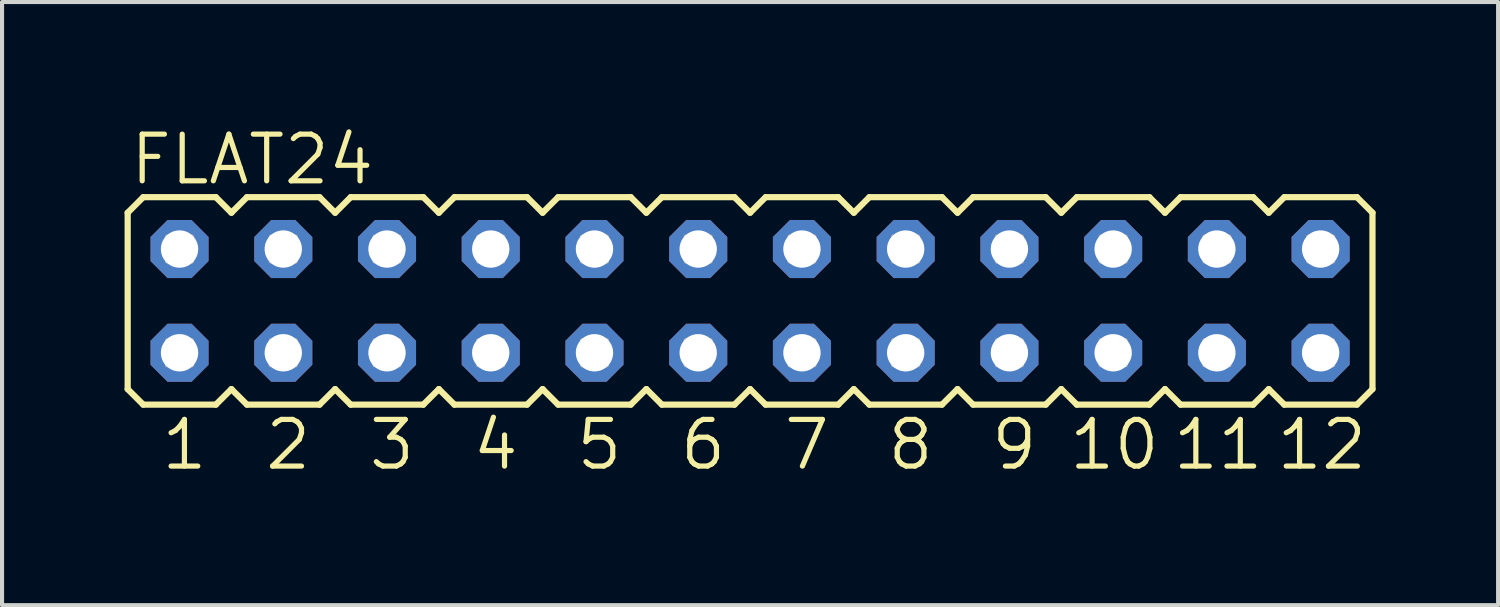
<source format=kicad_pcb>
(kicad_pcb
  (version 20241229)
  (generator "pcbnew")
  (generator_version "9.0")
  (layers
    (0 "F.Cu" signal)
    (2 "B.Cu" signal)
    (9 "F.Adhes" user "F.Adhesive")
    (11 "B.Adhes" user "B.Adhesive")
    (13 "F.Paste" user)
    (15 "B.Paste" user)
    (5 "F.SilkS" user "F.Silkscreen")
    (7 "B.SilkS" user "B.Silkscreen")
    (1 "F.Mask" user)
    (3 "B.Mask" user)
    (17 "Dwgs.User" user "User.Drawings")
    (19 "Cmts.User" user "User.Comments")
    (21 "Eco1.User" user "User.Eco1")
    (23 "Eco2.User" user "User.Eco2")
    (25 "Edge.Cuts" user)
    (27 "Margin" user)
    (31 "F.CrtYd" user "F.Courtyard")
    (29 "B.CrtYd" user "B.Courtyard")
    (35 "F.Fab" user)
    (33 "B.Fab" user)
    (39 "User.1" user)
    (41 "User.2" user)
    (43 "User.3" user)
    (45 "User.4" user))
  (footprint "FLAT24"
    (layer "F.Cu")
    (at 15.316 4.318)
    (property "Reference" "FLAT24" (at -15.24 -2.794 0) (unlocked yes) (layer "F.SilkS") (effects (font (size 1.143 1.143) (thickness 0.127)) (justify left bottom)))
    (fp_line (start -15.24 -2.159) (end -14.859 -2.54) (stroke (width 0.152) (type solid)) (layer "F.SilkS"))
    (fp_line (start -15.24 2.159) (end -15.24 -2.159) (stroke (width 0.152) (type solid)) (layer "F.SilkS"))
    (fp_line (start -15.24 2.159) (end -14.859 2.54) (stroke (width 0.152) (type solid)) (layer "F.SilkS"))
    (fp_line (start -14.859 -2.54) (end -13.081 -2.54) (stroke (width 0.152) (type solid)) (layer "F.SilkS"))
    (fp_line (start -14.859 2.54) (end -13.081 2.54) (stroke (width 0.152) (type solid)) (layer "F.SilkS"))
    (fp_line (start -13.081 -2.54) (end -12.7 -2.159) (stroke (width 0.152) (type solid)) (layer "F.SilkS"))
    (fp_line (start -12.7 -2.159) (end -12.319 -2.54) (stroke (width 0.152) (type solid)) (layer "F.SilkS"))
    (fp_line (start -12.7 2.159) (end -13.081 2.54) (stroke (width 0.152) (type solid)) (layer "F.SilkS"))
    (fp_line (start -12.7 2.159) (end -12.319 2.54) (stroke (width 0.152) (type solid)) (layer "F.SilkS"))
    (fp_line (start -12.319 -2.54) (end -10.541 -2.54) (stroke (width 0.152) (type solid)) (layer "F.SilkS"))
    (fp_line (start -10.541 2.54) (end -12.319 2.54) (stroke (width 0.152) (type solid)) (layer "F.SilkS"))
    (fp_line (start -10.16 -2.159) (end -10.541 -2.54) (stroke (width 0.152) (type solid)) (layer "F.SilkS"))
    (fp_line (start -10.16 -2.159) (end -9.779 -2.54) (stroke (width 0.152) (type solid)) (layer "F.SilkS"))
    (fp_line (start -10.16 2.159) (end -10.541 2.54) (stroke (width 0.152) (type solid)) (layer "F.SilkS"))
    (fp_line (start -10.16 2.159) (end -9.779 2.54) (stroke (width 0.152) (type solid)) (layer "F.SilkS"))
    (fp_line (start -9.779 -2.54) (end -8.001 -2.54) (stroke (width 0.152) (type solid)) (layer "F.SilkS"))
    (fp_line (start -8.001 2.54) (end -9.779 2.54) (stroke (width 0.152) (type solid)) (layer "F.SilkS"))
    (fp_line (start -8.001 2.54) (end -7.62 2.159) (stroke (width 0.152) (type solid)) (layer "F.SilkS"))
    (fp_line (start -7.62 -2.159) (end -8.001 -2.54) (stroke (width 0.152) (type solid)) (layer "F.SilkS"))
    (fp_line (start -7.62 -2.159) (end -7.239 -2.54) (stroke (width 0.152) (type solid)) (layer "F.SilkS"))
    (fp_line (start -7.62 2.159) (end -7.239 2.54) (stroke (width 0.152) (type solid)) (layer "F.SilkS"))
    (fp_line (start -7.239 -2.54) (end -5.461 -2.54) (stroke (width 0.152) (type solid)) (layer "F.SilkS"))
    (fp_line (start -5.461 2.54) (end -7.239 2.54) (stroke (width 0.152) (type solid)) (layer "F.SilkS"))
    (fp_line (start -5.461 2.54) (end -5.08 2.159) (stroke (width 0.152) (type solid)) (layer "F.SilkS"))
    (fp_line (start -5.08 -2.159) (end -5.461 -2.54) (stroke (width 0.152) (type solid)) (layer "F.SilkS"))
    (fp_line (start -5.08 -2.159) (end -4.699 -2.54) (stroke (width 0.152) (type solid)) (layer "F.SilkS"))
    (fp_line (start -5.08 2.159) (end -4.699 2.54) (stroke (width 0.152) (type solid)) (layer "F.SilkS"))
    (fp_line (start -4.699 -2.54) (end -2.921 -2.54) (stroke (width 0.152) (type solid)) (layer "F.SilkS"))
    (fp_line (start -2.921 2.54) (end -4.699 2.54) (stroke (width 0.152) (type solid)) (layer "F.SilkS"))
    (fp_line (start -2.921 2.54) (end -2.54 2.159) (stroke (width 0.152) (type solid)) (layer "F.SilkS"))
    (fp_line (start -2.54 -2.159) (end -2.921 -2.54) (stroke (width 0.152) (type solid)) (layer "F.SilkS"))
    (fp_line (start -2.54 -2.159) (end -2.159 -2.54) (stroke (width 0.152) (type solid)) (layer "F.SilkS"))
    (fp_line (start -2.54 2.159) (end -2.159 2.54) (stroke (width 0.152) (type solid)) (layer "F.SilkS"))
    (fp_line (start -2.159 -2.54) (end -0.381 -2.54) (stroke (width 0.152) (type solid)) (layer "F.SilkS"))
    (fp_line (start -0.381 2.54) (end -2.159 2.54) (stroke (width 0.152) (type solid)) (layer "F.SilkS"))
    (fp_line (start -0.381 2.54) (end 0 2.159) (stroke (width 0.152) (type solid)) (layer "F.SilkS"))
    (fp_line (start 0 -2.159) (end -0.381 -2.54) (stroke (width 0.152) (type solid)) (layer "F.SilkS"))
    (fp_line (start 0 -2.159) (end 0.381 -2.54) (stroke (width 0.152) (type solid)) (layer "F.SilkS"))
    (fp_line (start 0 2.159) (end 0.381 2.54) (stroke (width 0.152) (type solid)) (layer "F.SilkS"))
    (fp_line (start 0.381 -2.54) (end 2.159 -2.54) (stroke (width 0.152) (type solid)) (layer "F.SilkS"))
    (fp_line (start 2.159 2.54) (end 0.381 2.54) (stroke (width 0.152) (type solid)) (layer "F.SilkS"))
    (fp_line (start 2.159 2.54) (end 2.54 2.159) (stroke (width 0.152) (type solid)) (layer "F.SilkS"))
    (fp_line (start 2.54 -2.159) (end 2.159 -2.54) (stroke (width 0.152) (type solid)) (layer "F.SilkS"))
    (fp_line (start 2.54 -2.159) (end 2.921 -2.54) (stroke (width 0.152) (type solid)) (layer "F.SilkS"))
    (fp_line (start 2.54 2.159) (end 2.921 2.54) (stroke (width 0.152) (type solid)) (layer "F.SilkS"))
    (fp_line (start 2.921 -2.54) (end 4.699 -2.54) (stroke (width 0.152) (type solid)) (layer "F.SilkS"))
    (fp_line (start 4.699 2.54) (end 2.921 2.54) (stroke (width 0.152) (type solid)) (layer "F.SilkS"))
    (fp_line (start 4.699 2.54) (end 5.08 2.159) (stroke (width 0.152) (type solid)) (layer "F.SilkS"))
    (fp_line (start 5.08 -2.159) (end 4.699 -2.54) (stroke (width 0.152) (type solid)) (layer "F.SilkS"))
    (fp_line (start 5.08 -2.159) (end 5.461 -2.54) (stroke (width 0.152) (type solid)) (layer "F.SilkS"))
    (fp_line (start 5.08 2.159) (end 5.461 2.54) (stroke (width 0.152) (type solid)) (layer "F.SilkS"))
    (fp_line (start 5.461 -2.54) (end 7.239 -2.54) (stroke (width 0.152) (type solid)) (layer "F.SilkS"))
    (fp_line (start 7.239 2.54) (end 5.461 2.54) (stroke (width 0.152) (type solid)) (layer "F.SilkS"))
    (fp_line (start 7.239 2.54) (end 7.62 2.159) (stroke (width 0.152) (type solid)) (layer "F.SilkS"))
    (fp_line (start 7.62 -2.159) (end 7.239 -2.54) (stroke (width 0.152) (type solid)) (layer "F.SilkS"))
    (fp_line (start 7.62 -2.159) (end 8.001 -2.54) (stroke (width 0.152) (type solid)) (layer "F.SilkS"))
    (fp_line (start 7.62 2.159) (end 8.001 2.54) (stroke (width 0.152) (type solid)) (layer "F.SilkS"))
    (fp_line (start 8.001 -2.54) (end 9.779 -2.54) (stroke (width 0.152) (type solid)) (layer "F.SilkS"))
    (fp_line (start 9.779 2.54) (end 8.001 2.54) (stroke (width 0.152) (type solid)) (layer "F.SilkS"))
    (fp_line (start 9.779 2.54) (end 10.16 2.159) (stroke (width 0.152) (type solid)) (layer "F.SilkS"))
    (fp_line (start 10.16 -2.159) (end 9.779 -2.54) (stroke (width 0.152) (type solid)) (layer "F.SilkS"))
    (fp_line (start 10.16 -2.159) (end 10.541 -2.54) (stroke (width 0.152) (type solid)) (layer "F.SilkS"))
    (fp_line (start 10.16 2.159) (end 10.541 2.54) (stroke (width 0.152) (type solid)) (layer "F.SilkS"))
    (fp_line (start 10.541 -2.54) (end 12.319 -2.54) (stroke (width 0.152) (type solid)) (layer "F.SilkS"))
    (fp_line (start 12.319 2.54) (end 10.541 2.54) (stroke (width 0.152) (type solid)) (layer "F.SilkS"))
    (fp_line (start 12.319 2.54) (end 12.7 2.159) (stroke (width 0.152) (type solid)) (layer "F.SilkS"))
    (fp_line (start 12.7 -2.159) (end 12.319 -2.54) (stroke (width 0.152) (type solid)) (layer "F.SilkS"))
    (fp_line (start 12.7 -2.159) (end 13.081 -2.54) (stroke (width 0.152) (type solid)) (layer "F.SilkS"))
    (fp_line (start 12.7 2.159) (end 13.081 2.54) (stroke (width 0.152) (type solid)) (layer "F.SilkS"))
    (fp_line (start 13.081 -2.54) (end 14.859 -2.54) (stroke (width 0.152) (type solid)) (layer "F.SilkS"))
    (fp_line (start 14.859 2.54) (end 13.081 2.54) (stroke (width 0.152) (type solid)) (layer "F.SilkS"))
    (fp_line (start 14.859 2.54) (end 15.24 2.159) (stroke (width 0.152) (type solid)) (layer "F.SilkS"))
    (fp_line (start 15.24 -2.159) (end 14.859 -2.54) (stroke (width 0.152) (type solid)) (layer "F.SilkS"))
    (fp_line (start 15.24 2.159) (end 15.24 -2.159) (stroke (width 0.152) (type solid)) (layer "F.SilkS"))
    (fp_poly (pts (xy -14.275 -0.965) (xy -13.665 -0.965) (xy -13.665 -1.575) (xy -14.275 -1.575)) (stroke (width 0.1) (type default)) (fill no) (layer "F.Fab"))
    (fp_poly (pts (xy -14.275 1.575) (xy -13.665 1.575) (xy -13.665 0.965) (xy -14.275 0.965)) (stroke (width 0.1) (type default)) (fill no) (layer "F.Fab"))
    (fp_poly (pts (xy -11.735 -0.965) (xy -11.125 -0.965) (xy -11.125 -1.575) (xy -11.735 -1.575)) (stroke (width 0.1) (type default)) (fill no) (layer "F.Fab"))
    (fp_poly (pts (xy -11.735 1.575) (xy -11.125 1.575) (xy -11.125 0.965) (xy -11.735 0.965)) (stroke (width 0.1) (type default)) (fill no) (layer "F.Fab"))
    (fp_poly (pts (xy -9.195 -0.965) (xy -8.585 -0.965) (xy -8.585 -1.575) (xy -9.195 -1.575)) (stroke (width 0.1) (type default)) (fill no) (layer "F.Fab"))
    (fp_poly (pts (xy -9.195 1.575) (xy -8.585 1.575) (xy -8.585 0.965) (xy -9.195 0.965)) (stroke (width 0.1) (type default)) (fill no) (layer "F.Fab"))
    (fp_poly (pts (xy -6.655 -0.965) (xy -6.045 -0.965) (xy -6.045 -1.575) (xy -6.655 -1.575)) (stroke (width 0.1) (type default)) (fill no) (layer "F.Fab"))
    (fp_poly (pts (xy -6.655 1.575) (xy -6.045 1.575) (xy -6.045 0.965) (xy -6.655 0.965)) (stroke (width 0.1) (type default)) (fill no) (layer "F.Fab"))
    (fp_poly (pts (xy -4.115 -0.965) (xy -3.505 -0.965) (xy -3.505 -1.575) (xy -4.115 -1.575)) (stroke (width 0.1) (type default)) (fill no) (layer "F.Fab"))
    (fp_poly (pts (xy -4.115 1.575) (xy -3.505 1.575) (xy -3.505 0.965) (xy -4.115 0.965)) (stroke (width 0.1) (type default)) (fill no) (layer "F.Fab"))
    (fp_poly (pts (xy -1.575 -0.965) (xy -0.965 -0.965) (xy -0.965 -1.575) (xy -1.575 -1.575)) (stroke (width 0.1) (type default)) (fill no) (layer "F.Fab"))
    (fp_poly (pts (xy -1.575 1.575) (xy -0.965 1.575) (xy -0.965 0.965) (xy -1.575 0.965)) (stroke (width 0.1) (type default)) (fill no) (layer "F.Fab"))
    (fp_poly (pts (xy 0.965 -0.965) (xy 1.575 -0.965) (xy 1.575 -1.575) (xy 0.965 -1.575)) (stroke (width 0.1) (type default)) (fill no) (layer "F.Fab"))
    (fp_poly (pts (xy 0.965 1.575) (xy 1.575 1.575) (xy 1.575 0.965) (xy 0.965 0.965)) (stroke (width 0.1) (type default)) (fill no) (layer "F.Fab"))
    (fp_poly (pts (xy 3.505 -0.965) (xy 4.115 -0.965) (xy 4.115 -1.575) (xy 3.505 -1.575)) (stroke (width 0.1) (type default)) (fill no) (layer "F.Fab"))
    (fp_poly (pts (xy 3.505 1.575) (xy 4.115 1.575) (xy 4.115 0.965) (xy 3.505 0.965)) (stroke (width 0.1) (type default)) (fill no) (layer "F.Fab"))
    (fp_poly (pts (xy 6.045 -0.965) (xy 6.655 -0.965) (xy 6.655 -1.575) (xy 6.045 -1.575)) (stroke (width 0.1) (type default)) (fill no) (layer "F.Fab"))
    (fp_poly (pts (xy 6.045 1.575) (xy 6.655 1.575) (xy 6.655 0.965) (xy 6.045 0.965)) (stroke (width 0.1) (type default)) (fill no) (layer "F.Fab"))
    (fp_poly (pts (xy 8.585 -0.965) (xy 9.195 -0.965) (xy 9.195 -1.575) (xy 8.585 -1.575)) (stroke (width 0.1) (type default)) (fill no) (layer "F.Fab"))
    (fp_poly (pts (xy 8.585 1.575) (xy 9.195 1.575) (xy 9.195 0.965) (xy 8.585 0.965)) (stroke (width 0.1) (type default)) (fill no) (layer "F.Fab"))
    (fp_poly (pts (xy 11.125 -0.965) (xy 11.735 -0.965) (xy 11.735 -1.575) (xy 11.125 -1.575)) (stroke (width 0.1) (type default)) (fill no) (layer "F.Fab"))
    (fp_poly (pts (xy 11.125 1.575) (xy 11.735 1.575) (xy 11.735 0.965) (xy 11.125 0.965)) (stroke (width 0.1) (type default)) (fill no) (layer "F.Fab"))
    (fp_poly (pts (xy 13.665 -0.965) (xy 14.275 -0.965) (xy 14.275 -1.575) (xy 13.665 -1.575)) (stroke (width 0.1) (type default)) (fill no) (layer "F.Fab"))
    (fp_poly (pts (xy 13.665 1.575) (xy 14.275 1.575) (xy 14.275 0.965) (xy 13.665 0.965)) (stroke (width 0.1) (type default)) (fill no) (layer "F.Fab"))
    (fp_text user "2" (at -11.938 4.191 0) (unlocked yes) (layer "F.SilkS") (effects (font (size 1.143 1.143) (thickness 0.127)) (justify left bottom)))
    (fp_text user "5" (at -4.318 4.191 0) (unlocked yes) (layer "F.SilkS") (effects (font (size 1.143 1.143) (thickness 0.127)) (justify left bottom)))
    (fp_text user "4" (at -6.858 4.191 0) (unlocked yes) (layer "F.SilkS") (effects (font (size 1.143 1.143) (thickness 0.127)) (justify left bottom)))
    (fp_text user "12" (at 12.827 4.191 0) (unlocked yes) (layer "F.SilkS") (effects (font (size 1.143 1.143) (thickness 0.127)) (justify left bottom)))
    (fp_text user "1" (at -14.478 4.191 0) (unlocked yes) (layer "F.SilkS") (effects (font (size 1.143 1.143) (thickness 0.127)) (justify left bottom)))
    (fp_text user "10" (at 7.747 4.191 0) (unlocked yes) (layer "F.SilkS") (effects (font (size 1.143 1.143) (thickness 0.127)) (justify left bottom)))
    (fp_text user "3" (at -9.398 4.191 0) (unlocked yes) (layer "F.SilkS") (effects (font (size 1.143 1.143) (thickness 0.127)) (justify left bottom)))
    (fp_text user "8" (at 3.302 4.191 0) (unlocked yes) (layer "F.SilkS") (effects (font (size 1.143 1.143) (thickness 0.127)) (justify left bottom)))
    (fp_text user "6" (at -1.778 4.191 0) (unlocked yes) (layer "F.SilkS") (effects (font (size 1.143 1.143) (thickness 0.127)) (justify left bottom)))
    (fp_text user "11" (at 10.287 4.191 0) (unlocked yes) (layer "F.SilkS") (effects (font (size 1.143 1.143) (thickness 0.127)) (justify left bottom)))
    (fp_text user "7" (at 0.762 4.191 0) (unlocked yes) (layer "F.SilkS") (effects (font (size 1.143 1.143) (thickness 0.127)) (justify left bottom)))
    (fp_text user "9" (at 5.842 4.191 0) (unlocked yes) (layer "F.SilkS") (effects (font (size 1.143 1.143) (thickness 0.127)) (justify left bottom)))
    (pad "1" thru_hole roundrect (at -13.97 1.27) (size 1.422 1.422) (drill 0.914) (layers "*.Cu" "*.Mask") (roundrect_rratio 0.25) (chamfer_ratio 0.293) (chamfer top_left top_right bottom_left bottom_right))
    (pad "2" thru_hole roundrect (at -11.43 1.27) (size 1.422 1.422) (drill 0.914) (layers "*.Cu" "*.Mask") (roundrect_rratio 0.25) (chamfer_ratio 0.293) (chamfer top_left top_right bottom_left bottom_right))
    (pad "3" thru_hole roundrect (at -8.89 1.27) (size 1.422 1.422) (drill 0.914) (layers "*.Cu" "*.Mask") (roundrect_rratio 0.25) (chamfer_ratio 0.293) (chamfer top_left top_right bottom_left bottom_right))
    (pad "4" thru_hole roundrect (at -6.35 1.27) (size 1.422 1.422) (drill 0.914) (layers "*.Cu" "*.Mask") (roundrect_rratio 0.25) (chamfer_ratio 0.293) (chamfer top_left top_right bottom_left bottom_right))
    (pad "5" thru_hole roundrect (at -3.81 1.27) (size 1.422 1.422) (drill 0.914) (layers "*.Cu" "*.Mask") (roundrect_rratio 0.25) (chamfer_ratio 0.293) (chamfer top_left top_right bottom_left bottom_right))
    (pad "6" thru_hole roundrect (at -1.27 1.27) (size 1.422 1.422) (drill 0.914) (layers "*.Cu" "*.Mask") (roundrect_rratio 0.25) (chamfer_ratio 0.293) (chamfer top_left top_right bottom_left bottom_right))
    (pad "7" thru_hole roundrect (at 1.27 1.27) (size 1.422 1.422) (drill 0.914) (layers "*.Cu" "*.Mask") (roundrect_rratio 0.25) (chamfer_ratio 0.293) (chamfer top_left top_right bottom_left bottom_right))
    (pad "8" thru_hole roundrect (at 3.81 1.27) (size 1.422 1.422) (drill 0.914) (layers "*.Cu" "*.Mask") (roundrect_rratio 0.25) (chamfer_ratio 0.293) (chamfer top_left top_right bottom_left bottom_right))
    (pad "9" thru_hole roundrect (at 6.35 1.27) (size 1.422 1.422) (drill 0.914) (layers "*.Cu" "*.Mask") (roundrect_rratio 0.25) (chamfer_ratio 0.293) (chamfer top_left top_right bottom_left bottom_right))
    (pad "10" thru_hole roundrect (at 8.89 1.27) (size 1.422 1.422) (drill 0.914) (layers "*.Cu" "*.Mask") (roundrect_rratio 0.25) (chamfer_ratio 0.293) (chamfer top_left top_right bottom_left bottom_right))
    (pad "11" thru_hole roundrect (at 11.43 1.27) (size 1.422 1.422) (drill 0.914) (layers "*.Cu" "*.Mask") (roundrect_rratio 0.25) (chamfer_ratio 0.293) (chamfer top_left top_right bottom_left bottom_right))
    (pad "12" thru_hole roundrect (at 13.97 1.27) (size 1.422 1.422) (drill 0.914) (layers "*.Cu" "*.Mask") (roundrect_rratio 0.25) (chamfer_ratio 0.293) (chamfer top_left top_right bottom_left bottom_right))
    (pad "A" thru_hole roundrect (at -13.97 -1.27) (size 1.422 1.422) (drill 0.914) (layers "*.Cu" "*.Mask") (roundrect_rratio 0.25) (chamfer_ratio 0.293) (chamfer top_left top_right bottom_left bottom_right))
    (pad "B" thru_hole roundrect (at -11.43 -1.27) (size 1.422 1.422) (drill 0.914) (layers "*.Cu" "*.Mask") (roundrect_rratio 0.25) (chamfer_ratio 0.293) (chamfer top_left top_right bottom_left bottom_right))
    (pad "C" thru_hole roundrect (at -8.89 -1.27) (size 1.422 1.422) (drill 0.914) (layers "*.Cu" "*.Mask") (roundrect_rratio 0.25) (chamfer_ratio 0.293) (chamfer top_left top_right bottom_left bottom_right))
    (pad "D" thru_hole roundrect (at -6.35 -1.27) (size 1.422 1.422) (drill 0.914) (layers "*.Cu" "*.Mask") (roundrect_rratio 0.25) (chamfer_ratio 0.293) (chamfer top_left top_right bottom_left bottom_right))
    (pad "E" thru_hole roundrect (at -3.81 -1.27) (size 1.422 1.422) (drill 0.914) (layers "*.Cu" "*.Mask") (roundrect_rratio 0.25) (chamfer_ratio 0.293) (chamfer top_left top_right bottom_left bottom_right))
    (pad "F" thru_hole roundrect (at -1.27 -1.27) (size 1.422 1.422) (drill 0.914) (layers "*.Cu" "*.Mask") (roundrect_rratio 0.25) (chamfer_ratio 0.293) (chamfer top_left top_right bottom_left bottom_right))
    (pad "H" thru_hole roundrect (at 1.27 -1.27) (size 1.422 1.422) (drill 0.914) (layers "*.Cu" "*.Mask") (roundrect_rratio 0.25) (chamfer_ratio 0.293) (chamfer top_left top_right bottom_left bottom_right))
    (pad "J" thru_hole roundrect (at 3.81 -1.27) (size 1.422 1.422) (drill 0.914) (layers "*.Cu" "*.Mask") (roundrect_rratio 0.25) (chamfer_ratio 0.293) (chamfer top_left top_right bottom_left bottom_right))
    (pad "K" thru_hole roundrect (at 6.35 -1.27) (size 1.422 1.422) (drill 0.914) (layers "*.Cu" "*.Mask") (roundrect_rratio 0.25) (chamfer_ratio 0.293) (chamfer top_left top_right bottom_left bottom_right))
    (pad "L" thru_hole roundrect (at 8.89 -1.27) (size 1.422 1.422) (drill 0.914) (layers "*.Cu" "*.Mask") (roundrect_rratio 0.25) (chamfer_ratio 0.293) (chamfer top_left top_right bottom_left bottom_right))
    (pad "M" thru_hole roundrect (at 11.43 -1.27) (size 1.422 1.422) (drill 0.914) (layers "*.Cu" "*.Mask") (roundrect_rratio 0.25) (chamfer_ratio 0.293) (chamfer top_left top_right bottom_left bottom_right))
    (pad "N" thru_hole roundrect (at 13.97 -1.27) (size 1.422 1.422) (drill 0.914) (layers "*.Cu" "*.Mask") (roundrect_rratio 0.25) (chamfer_ratio 0.293) (chamfer top_left top_right bottom_left bottom_right)))
  (gr_rect
    (start -3 -3)
    (end 33.632 11.768)
    (stroke (width 0.1) (type default))
    (fill no)
    (layer "Edge.Cuts")))
</source>
